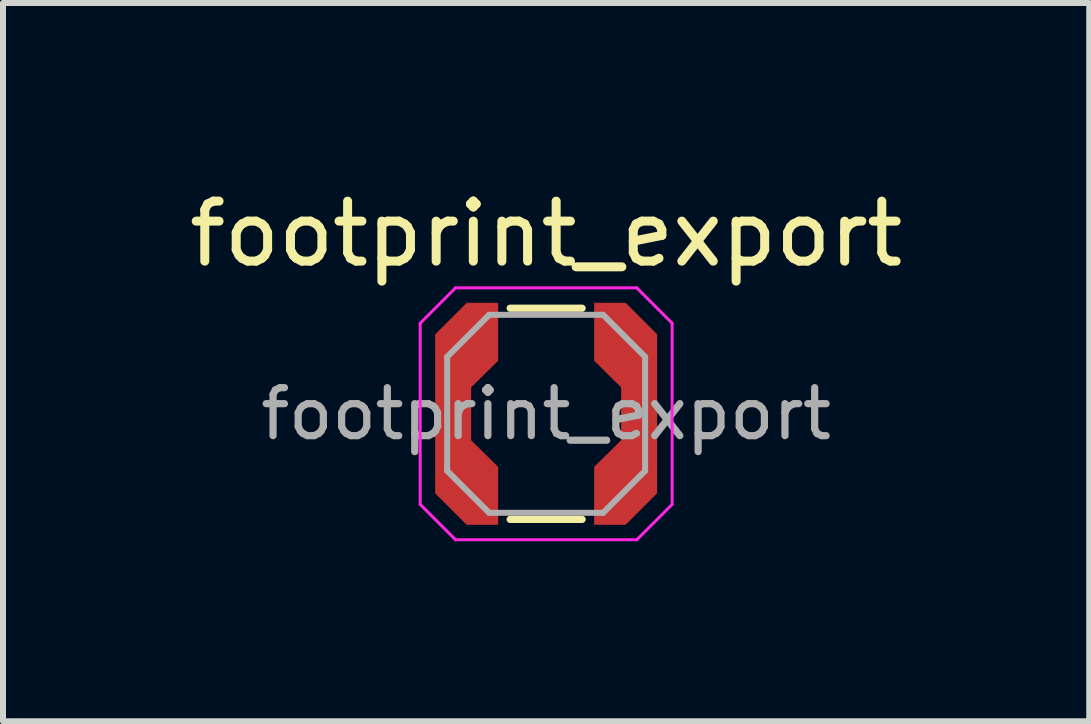
<source format=kicad_pcb>
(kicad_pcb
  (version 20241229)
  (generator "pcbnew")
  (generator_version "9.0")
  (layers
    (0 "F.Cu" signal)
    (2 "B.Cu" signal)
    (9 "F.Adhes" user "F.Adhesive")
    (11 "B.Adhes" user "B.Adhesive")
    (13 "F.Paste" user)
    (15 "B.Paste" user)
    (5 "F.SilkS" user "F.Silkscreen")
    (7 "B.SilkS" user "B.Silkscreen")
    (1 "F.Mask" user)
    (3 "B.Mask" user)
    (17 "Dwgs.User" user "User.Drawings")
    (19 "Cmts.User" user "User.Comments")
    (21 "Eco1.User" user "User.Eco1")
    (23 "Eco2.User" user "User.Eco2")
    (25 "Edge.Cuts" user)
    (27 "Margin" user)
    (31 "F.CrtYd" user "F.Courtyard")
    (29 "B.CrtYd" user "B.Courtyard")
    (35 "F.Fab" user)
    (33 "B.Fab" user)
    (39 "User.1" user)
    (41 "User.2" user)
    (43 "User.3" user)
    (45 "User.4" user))
  (footprint "footprint_export"
    (layer "F.Cu")
    (at 6.054 3.848)
    (property "Reference" "footprint_export" (at 0 -3 0) (layer "F.SilkS") (effects (font (size 1 1) (thickness 0.15))))
    (attr smd)
    (fp_line (start -0.6 -1.76) (end 0.6 -1.76) (stroke (width 0.12) (type solid)) (layer "F.SilkS"))
    (fp_line (start -0.6 1.76) (end 0.6 1.76) (stroke (width 0.12) (type solid)) (layer "F.SilkS"))
    (fp_line (start -2.1 -1.51) (end -2.1 1.51) (stroke (width 0.05) (type solid)) (layer "F.CrtYd"))
    (fp_line (start -1.51 -2.1) (end -2.1 -1.51) (stroke (width 0.05) (type solid)) (layer "F.CrtYd"))
    (fp_line (start -1.51 -2.1) (end 1.51 -2.1) (stroke (width 0.05) (type solid)) (layer "F.CrtYd"))
    (fp_line (start -1.51 2.1) (end -2.1 1.51) (stroke (width 0.05) (type solid)) (layer "F.CrtYd"))
    (fp_line (start -1.51 2.1) (end 1.51 2.1) (stroke (width 0.05) (type solid)) (layer "F.CrtYd"))
    (fp_line (start 1.51 -2.1) (end 2.1 -1.51) (stroke (width 0.05) (type solid)) (layer "F.CrtYd"))
    (fp_line (start 1.51 2.1) (end 2.1 1.51) (stroke (width 0.05) (type solid)) (layer "F.CrtYd"))
    (fp_line (start 2.1 -1.51) (end 2.1 1.51) (stroke (width 0.05) (type solid)) (layer "F.CrtYd"))
    (fp_line (start -1.65 -0.95) (end -0.95 -1.65) (stroke (width 0.1) (type solid)) (layer "F.Fab"))
    (fp_line (start -1.65 0.95) (end -1.65 -0.95) (stroke (width 0.1) (type solid)) (layer "F.Fab"))
    (fp_line (start -1.65 0.95) (end -0.95 1.65) (stroke (width 0.1) (type solid)) (layer "F.Fab"))
    (fp_line (start -0.95 -1.65) (end 0.95 -1.65) (stroke (width 0.1) (type solid)) (layer "F.Fab"))
    (fp_line (start 0.95 -1.65) (end 1.65 -0.95) (stroke (width 0.1) (type solid)) (layer "F.Fab"))
    (fp_line (start 0.95 1.65) (end -0.95 1.65) (stroke (width 0.1) (type solid)) (layer "F.Fab"))
    (fp_line (start 0.95 1.65) (end 1.65 0.95) (stroke (width 0.1) (type solid)) (layer "F.Fab"))
    (fp_line (start 1.65 -0.95) (end 1.65 0.95) (stroke (width 0.1) (type solid)) (layer "F.Fab"))
    (fp_text user "${REFERENCE}" (at 0 0 0) (layer "F.Fab") (effects (font (size 0.8 0.8) (thickness 0.12))))
    (pad "1" smd custom (at -1.55 0) (size 0.6 0.881) (layers "F.Cu" "F.Mask" "F.Paste") (options (anchor rect)) (primitives (gr_poly (pts (xy 0.75 -0.885) (xy 0.3 -0.441) (xy 0.3 0.441) (xy 0.75 0.885) (xy 0.75 1.85) (xy 0.225 1.85) (xy -0.3 1.325) (xy -0.3 -1.325) (xy 0.225 -1.85) (xy 0.75 -1.85)) (width 0) (fill yes))))
    (pad "2" smd custom (at 1.55 0 180) (size 0.6 0.881) (layers "F.Cu" "F.Mask" "F.Paste") (options (anchor rect)) (primitives (gr_poly (pts (xy 0.75 -0.885) (xy 0.3 -0.441) (xy 0.3 0.441) (xy 0.75 0.885) (xy 0.75 1.85) (xy 0.225 1.85) (xy -0.3 1.325) (xy -0.3 -1.325) (xy 0.225 -1.85) (xy 0.75 -1.85)) (width 0) (fill yes)))))
  (gr_rect
    (start -3 -3)
    (end 15.107 8.973)
    (stroke (width 0.1) (type default))
    (fill no)
    (layer "Edge.Cuts")))
</source>
